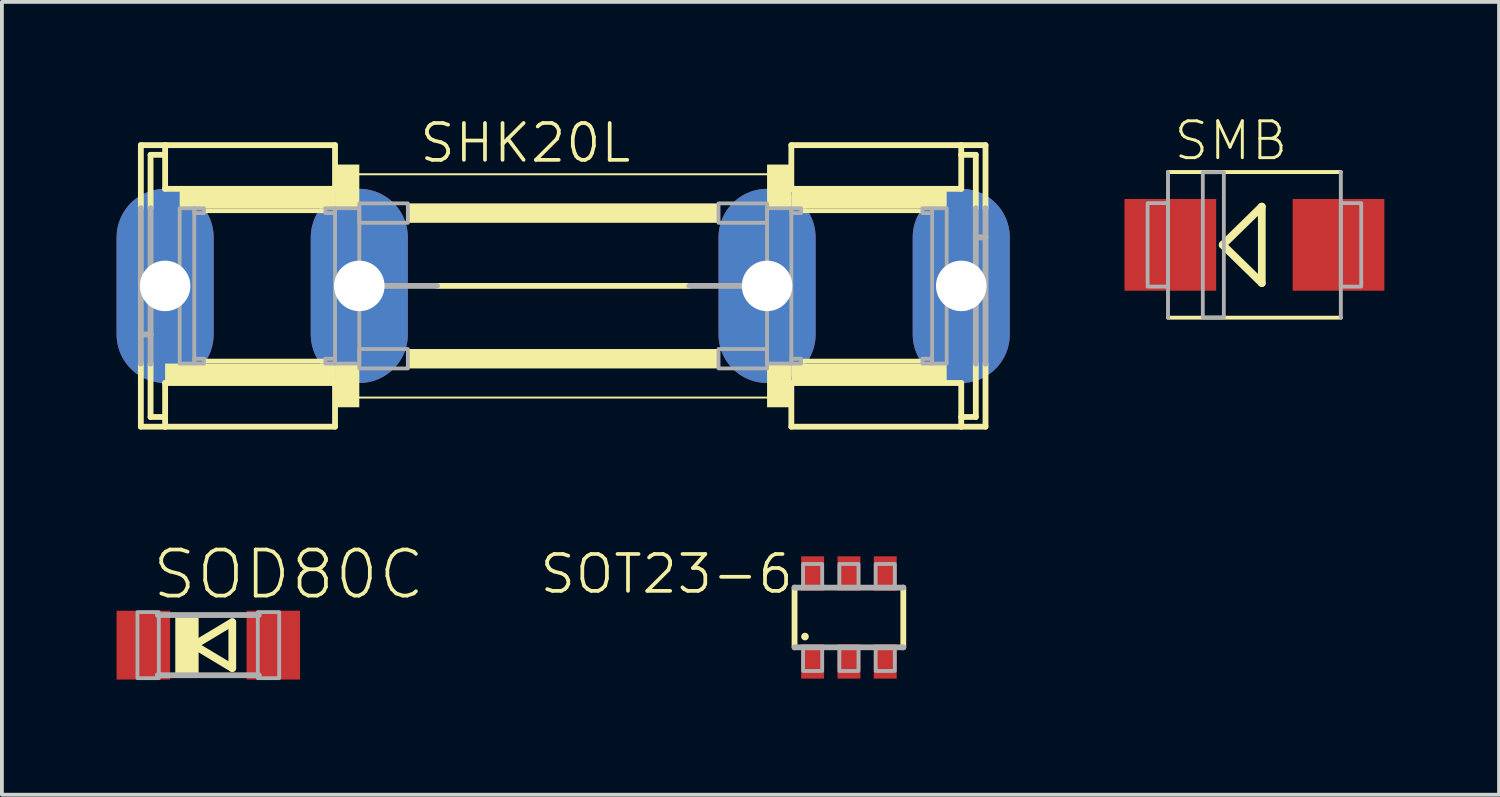
<source format=kicad_pcb>
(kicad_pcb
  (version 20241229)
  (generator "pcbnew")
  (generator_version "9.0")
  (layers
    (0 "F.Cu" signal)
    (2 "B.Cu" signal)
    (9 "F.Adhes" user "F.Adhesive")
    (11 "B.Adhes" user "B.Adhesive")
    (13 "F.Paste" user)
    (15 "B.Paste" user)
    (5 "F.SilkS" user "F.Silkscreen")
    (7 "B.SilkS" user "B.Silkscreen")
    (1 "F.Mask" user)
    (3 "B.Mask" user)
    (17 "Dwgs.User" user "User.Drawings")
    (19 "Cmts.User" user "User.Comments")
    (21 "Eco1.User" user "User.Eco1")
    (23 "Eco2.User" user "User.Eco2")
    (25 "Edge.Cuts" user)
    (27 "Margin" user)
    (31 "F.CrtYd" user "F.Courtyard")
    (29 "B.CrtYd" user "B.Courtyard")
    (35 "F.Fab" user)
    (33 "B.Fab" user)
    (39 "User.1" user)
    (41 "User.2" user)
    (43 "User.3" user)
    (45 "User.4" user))
  (footprint "SOD80C"
    (layer "F.Cu")
    (at 2.4 13.828)
    (property "Reference" "SOD80C" (at -1.524 -1.143 0) (layer "F.SilkS") (effects (font (size 1.206 1.206) (thickness 0.097)) (justify left bottom)))
    (attr through_hole)
    (fp_line (start -0.373 0) (end 0.627 0.6) (stroke (width 0.203) (type solid)) (layer "F.SilkS"))
    (fp_line (start 0.627 -0.6) (end -0.373 0) (stroke (width 0.203) (type solid)) (layer "F.SilkS"))
    (fp_line (start 0.627 0.6) (end 0.627 -0.6) (stroke (width 0.203) (type solid)) (layer "F.SilkS"))
    (fp_poly (pts (xy -0.864 0.787) (xy -0.254 0.787) (xy -0.254 -0.787) (xy -0.864 -0.787)) (stroke (width 0) (type solid)) (fill yes) (layer "F.SilkS"))
    (fp_line (start 1.321 -0.787) (end -1.321 -0.787) (stroke (width 0.152) (type solid)) (layer "F.Fab"))
    (fp_line (start 1.321 0.787) (end -1.321 0.787) (stroke (width 0.152) (type solid)) (layer "F.Fab"))
    (fp_poly (pts (xy -1.854 0.864) (xy -1.295 0.864) (xy -1.295 -0.864) (xy -1.854 -0.864)) (stroke (width 0.1) (type solid)) (fill no) (layer "F.Fab"))
    (fp_poly (pts (xy 1.295 0.864) (xy 1.854 0.864) (xy 1.854 -0.864) (xy 1.295 -0.864)) (stroke (width 0.1) (type solid)) (fill no) (layer "F.Fab"))
    (pad "A" smd rect (at 1.7 0) (size 1.4 1.8) (layers "F.Cu" "F.Mask" "F.Paste"))
    (pad "C" smd rect (at -1.7 0) (size 1.4 1.8) (layers "F.Cu" "F.Mask" "F.Paste")))
  (footprint "SOT23-6"
    (layer "F.Cu")
    (at 19.16 13.104)
    (property "Reference" "SOT23-6" (at -1.397 -1.702 180) (layer "F.SilkS") (effects (font (size 0.965 0.965) (thickness 0.097)) (justify right top)))
    (attr through_hole)
    (fp_line (start -1.423 0.781) (end -1.423 -0.781) (stroke (width 0.152) (type solid)) (layer "F.SilkS"))
    (fp_line (start 1.422 -0.781) (end 1.422 0.781) (stroke (width 0.152) (type solid)) (layer "F.SilkS"))
    (fp_circle (center -1.15 0.5) (end -1.05 0.5) (stroke (width 0) (type solid)) (fill yes) (layer "F.SilkS"))
    (fp_line (start -1.423 -0.781) (end 1.422 -0.781) (stroke (width 0.152) (type solid)) (layer "F.Fab"))
    (fp_line (start 1.422 0.781) (end -1.423 0.781) (stroke (width 0.152) (type solid)) (layer "F.Fab"))
    (fp_poly (pts (xy -1.2 -0.8) (xy -0.7 -0.8) (xy -0.7 -1.4) (xy -1.2 -1.4)) (stroke (width 0.1) (type solid)) (fill no) (layer "F.Fab"))
    (fp_poly (pts (xy -1.2 1.4) (xy -0.7 1.4) (xy -0.7 0.8) (xy -1.2 0.8)) (stroke (width 0.1) (type solid)) (fill no) (layer "F.Fab"))
    (fp_poly (pts (xy -0.25 -0.8) (xy 0.25 -0.8) (xy 0.25 -1.4) (xy -0.25 -1.4)) (stroke (width 0.1) (type solid)) (fill no) (layer "F.Fab"))
    (fp_poly (pts (xy -0.25 1.4) (xy 0.25 1.4) (xy 0.25 0.8) (xy -0.25 0.8)) (stroke (width 0.1) (type solid)) (fill no) (layer "F.Fab"))
    (fp_poly (pts (xy 0.7 -0.8) (xy 1.2 -0.8) (xy 1.2 -1.4) (xy 0.7 -1.4)) (stroke (width 0.1) (type solid)) (fill no) (layer "F.Fab"))
    (fp_poly (pts (xy 0.7 1.4) (xy 1.2 1.4) (xy 1.2 0.8) (xy 0.7 0.8)) (stroke (width 0.1) (type solid)) (fill no) (layer "F.Fab"))
    (pad "1" smd rect (at -0.95 1.15) (size 0.6 0.9) (layers "F.Cu" "F.Mask" "F.Paste"))
    (pad "2" smd rect (at 0 1.15) (size 0.6 0.9) (layers "F.Cu" "F.Mask" "F.Paste"))
    (pad "3" smd rect (at 0.95 1.15) (size 0.6 0.9) (layers "F.Cu" "F.Mask" "F.Paste"))
    (pad "4" smd rect (at 0.95 -1.15) (size 0.6 0.9) (layers "F.Cu" "F.Mask" "F.Paste"))
    (pad "5" smd rect (at 0 -1.15) (size 0.6 0.9) (layers "F.Cu" "F.Mask" "F.Paste"))
    (pad "6" smd rect (at -0.95 -1.15) (size 0.6 0.9) (layers "F.Cu" "F.Mask" "F.Paste")))
  (footprint "SHK20L"
    (layer "F.Cu")
    (at 11.684 4.43)
    (property "Reference" "SHK20L" (at -3.81 -3.175 0) (layer "F.SilkS") (effects (font (size 0.965 0.965) (thickness 0.097)) (justify left bottom)))
    (attr through_hole)
    (fp_line (start -11.049 -2.032) (end -11.049 -3.683) (stroke (width 0.152) (type solid)) (layer "F.SilkS"))
    (fp_line (start -11.049 3.683) (end -11.049 2.032) (stroke (width 0.152) (type solid)) (layer "F.SilkS"))
    (fp_line (start -10.795 -3.429) (end -10.795 -2.032) (stroke (width 0.152) (type solid)) (layer "F.SilkS"))
    (fp_line (start -10.795 -3.429) (end -10.414 -3.429) (stroke (width 0.152) (type solid)) (layer "F.SilkS"))
    (fp_line (start -10.795 2.032) (end -10.795 3.429) (stroke (width 0.152) (type solid)) (layer "F.SilkS"))
    (fp_line (start -10.795 3.429) (end -10.414 3.429) (stroke (width 0.152) (type solid)) (layer "F.SilkS"))
    (fp_line (start -10.414 -3.683) (end -11.049 -3.683) (stroke (width 0.152) (type solid)) (layer "F.SilkS"))
    (fp_line (start -10.414 -3.683) (end -10.414 -3.429) (stroke (width 0.152) (type solid)) (layer "F.SilkS"))
    (fp_line (start -10.414 -3.683) (end -5.969 -3.683) (stroke (width 0.152) (type solid)) (layer "F.SilkS"))
    (fp_line (start -10.414 -3.429) (end -10.414 -2.54) (stroke (width 0.152) (type solid)) (layer "F.SilkS"))
    (fp_line (start -10.414 -2.54) (end -5.969 -2.54) (stroke (width 0.152) (type solid)) (layer "F.SilkS"))
    (fp_line (start -10.414 2.54) (end -5.969 2.54) (stroke (width 0.152) (type solid)) (layer "F.SilkS"))
    (fp_line (start -10.414 3.429) (end -10.414 2.54) (stroke (width 0.152) (type solid)) (layer "F.SilkS"))
    (fp_line (start -10.414 3.683) (end -11.049 3.683) (stroke (width 0.152) (type solid)) (layer "F.SilkS"))
    (fp_line (start -10.414 3.683) (end -10.414 3.429) (stroke (width 0.152) (type solid)) (layer "F.SilkS"))
    (fp_line (start -5.969 -2.54) (end -5.969 -3.683) (stroke (width 0.152) (type solid)) (layer "F.SilkS"))
    (fp_line (start -5.969 3.683) (end -10.414 3.683) (stroke (width 0.152) (type solid)) (layer "F.SilkS"))
    (fp_line (start -5.969 3.683) (end -5.969 2.54) (stroke (width 0.152) (type solid)) (layer "F.SilkS"))
    (fp_line (start -5.334 -2.921) (end 5.334 -2.921) (stroke (width 0.051) (type solid)) (layer "F.SilkS"))
    (fp_line (start -3.302 0) (end 3.302 0) (stroke (width 0.152) (type solid)) (layer "F.SilkS"))
    (fp_line (start 5.334 2.921) (end -5.334 2.921) (stroke (width 0.051) (type solid)) (layer "F.SilkS"))
    (fp_line (start 5.969 -3.683) (end 5.969 -2.54) (stroke (width 0.152) (type solid)) (layer "F.SilkS"))
    (fp_line (start 5.969 -3.683) (end 10.414 -3.683) (stroke (width 0.152) (type solid)) (layer "F.SilkS"))
    (fp_line (start 5.969 2.54) (end 5.969 3.683) (stroke (width 0.152) (type solid)) (layer "F.SilkS"))
    (fp_line (start 10.414 -3.683) (end 10.414 -3.429) (stroke (width 0.152) (type solid)) (layer "F.SilkS"))
    (fp_line (start 10.414 -3.683) (end 11.049 -3.683) (stroke (width 0.152) (type solid)) (layer "F.SilkS"))
    (fp_line (start 10.414 -3.429) (end 10.414 -2.54) (stroke (width 0.152) (type solid)) (layer "F.SilkS"))
    (fp_line (start 10.414 -2.54) (end 5.969 -2.54) (stroke (width 0.152) (type solid)) (layer "F.SilkS"))
    (fp_line (start 10.414 2.54) (end 5.969 2.54) (stroke (width 0.152) (type solid)) (layer "F.SilkS"))
    (fp_line (start 10.414 3.429) (end 10.414 2.54) (stroke (width 0.152) (type solid)) (layer "F.SilkS"))
    (fp_line (start 10.414 3.683) (end 5.969 3.683) (stroke (width 0.152) (type solid)) (layer "F.SilkS"))
    (fp_line (start 10.414 3.683) (end 10.414 3.429) (stroke (width 0.152) (type solid)) (layer "F.SilkS"))
    (fp_line (start 10.414 3.683) (end 11.049 3.683) (stroke (width 0.152) (type solid)) (layer "F.SilkS"))
    (fp_line (start 10.795 -3.429) (end 10.414 -3.429) (stroke (width 0.152) (type solid)) (layer "F.SilkS"))
    (fp_line (start 10.795 -2.032) (end 10.795 -3.429) (stroke (width 0.152) (type solid)) (layer "F.SilkS"))
    (fp_line (start 10.795 3.429) (end 10.414 3.429) (stroke (width 0.152) (type solid)) (layer "F.SilkS"))
    (fp_line (start 10.795 3.429) (end 10.795 2.032) (stroke (width 0.152) (type solid)) (layer "F.SilkS"))
    (fp_line (start 11.049 -3.683) (end 11.049 -2.032) (stroke (width 0.152) (type solid)) (layer "F.SilkS"))
    (fp_line (start 11.049 2.032) (end 11.049 3.683) (stroke (width 0.152) (type solid)) (layer "F.SilkS"))
    (fp_poly (pts (xy -10.414 2.54) (xy -5.969 2.54) (xy -5.969 2.032) (xy -10.414 2.032)) (stroke (width 0) (type solid)) (fill yes) (layer "F.SilkS"))
    (fp_poly (pts (xy -10.033 -2.032) (xy -5.969 -2.032) (xy -5.969 -2.54) (xy -10.033 -2.54)) (stroke (width 0) (type solid)) (fill yes) (layer "F.SilkS"))
    (fp_poly (pts (xy -9.398 -1.905) (xy -6.223 -1.905) (xy -6.223 -2.032) (xy -9.398 -2.032)) (stroke (width 0) (type solid)) (fill yes) (layer "F.SilkS"))
    (fp_poly (pts (xy -9.398 2.032) (xy -6.223 2.032) (xy -6.223 1.905) (xy -9.398 1.905)) (stroke (width 0) (type solid)) (fill yes) (layer "F.SilkS"))
    (fp_poly (pts (xy -5.969 -2.032) (xy -5.334 -2.032) (xy -5.334 -3.175) (xy -5.969 -3.175)) (stroke (width 0) (type solid)) (fill yes) (layer "F.SilkS"))
    (fp_poly (pts (xy -5.969 3.175) (xy -5.334 3.175) (xy -5.334 2.032) (xy -5.969 2.032)) (stroke (width 0) (type solid)) (fill yes) (layer "F.SilkS"))
    (fp_poly (pts (xy -4.064 -1.651) (xy 4.064 -1.651) (xy 4.064 -2.159) (xy -4.064 -2.159)) (stroke (width 0) (type solid)) (fill yes) (layer "F.SilkS"))
    (fp_poly (pts (xy -4.064 2.159) (xy 4.064 2.159) (xy 4.064 1.651) (xy -4.064 1.651)) (stroke (width 0) (type solid)) (fill yes) (layer "F.SilkS"))
    (fp_poly (pts (xy 5.334 -2.032) (xy 5.969 -2.032) (xy 5.969 -3.175) (xy 5.334 -3.175)) (stroke (width 0) (type solid)) (fill yes) (layer "F.SilkS"))
    (fp_poly (pts (xy 5.334 3.175) (xy 5.969 3.175) (xy 5.969 2.032) (xy 5.334 2.032)) (stroke (width 0) (type solid)) (fill yes) (layer "F.SilkS"))
    (fp_poly (pts (xy 5.969 -2.032) (xy 10.033 -2.032) (xy 10.033 -2.54) (xy 5.969 -2.54)) (stroke (width 0) (type solid)) (fill yes) (layer "F.SilkS"))
    (fp_poly (pts (xy 5.969 2.54) (xy 10.033 2.54) (xy 10.033 2.032) (xy 5.969 2.032)) (stroke (width 0) (type solid)) (fill yes) (layer "F.SilkS"))
    (fp_poly (pts (xy 6.223 -1.905) (xy 9.398 -1.905) (xy 9.398 -2.032) (xy 6.223 -2.032)) (stroke (width 0) (type solid)) (fill yes) (layer "F.SilkS"))
    (fp_poly (pts (xy 6.223 2.032) (xy 9.398 2.032) (xy 9.398 1.905) (xy 6.223 1.905)) (stroke (width 0) (type solid)) (fill yes) (layer "F.SilkS"))
    (fp_line (start -11.049 -2.032) (end -11.049 1.27) (stroke (width 0.152) (type solid)) (layer "F.Fab"))
    (fp_line (start -11.049 1.27) (end -10.795 1.27) (stroke (width 0.152) (type solid)) (layer "F.Fab"))
    (fp_line (start -11.049 2.032) (end -11.049 1.27) (stroke (width 0.152) (type solid)) (layer "F.Fab"))
    (fp_line (start -10.795 -2.032) (end -10.795 1.27) (stroke (width 0.152) (type solid)) (layer "F.Fab"))
    (fp_line (start -10.795 1.27) (end -10.795 2.032) (stroke (width 0.152) (type solid)) (layer "F.Fab"))
    (fp_line (start -3.302 0) (end -5.334 0) (stroke (width 0.152) (type solid)) (layer "F.Fab"))
    (fp_line (start 3.302 0) (end 5.334 0) (stroke (width 0.152) (type solid)) (layer "F.Fab"))
    (fp_line (start 10.795 -1.27) (end 10.795 -2.032) (stroke (width 0.152) (type solid)) (layer "F.Fab"))
    (fp_line (start 10.795 -1.27) (end 10.795 2.032) (stroke (width 0.152) (type solid)) (layer "F.Fab"))
    (fp_line (start 11.049 -2.032) (end 11.049 -1.27) (stroke (width 0.152) (type solid)) (layer "F.Fab"))
    (fp_line (start 11.049 -1.27) (end 10.795 -1.27) (stroke (width 0.152) (type solid)) (layer "F.Fab"))
    (fp_line (start 11.049 -1.27) (end 11.049 2.032) (stroke (width 0.152) (type solid)) (layer "F.Fab"))
    (fp_poly (pts (xy -10.033 2.032) (xy -9.652 2.032) (xy -9.652 -2.032) (xy -10.033 -2.032)) (stroke (width 0.1) (type solid)) (fill no) (layer "F.Fab"))
    (fp_poly (pts (xy -9.652 -1.905) (xy -9.398 -1.905) (xy -9.398 -2.032) (xy -9.652 -2.032)) (stroke (width 0.1) (type solid)) (fill no) (layer "F.Fab"))
    (fp_poly (pts (xy -9.652 2.032) (xy -9.398 2.032) (xy -9.398 1.905) (xy -9.652 1.905)) (stroke (width 0.1) (type solid)) (fill no) (layer "F.Fab"))
    (fp_poly (pts (xy -6.223 -1.905) (xy -5.969 -1.905) (xy -5.969 -2.032) (xy -6.223 -2.032)) (stroke (width 0.1) (type solid)) (fill no) (layer "F.Fab"))
    (fp_poly (pts (xy -6.223 2.032) (xy -5.969 2.032) (xy -5.969 1.905) (xy -6.223 1.905)) (stroke (width 0.1) (type solid)) (fill no) (layer "F.Fab"))
    (fp_poly (pts (xy -5.969 2.032) (xy -5.334 2.032) (xy -5.334 -2.032) (xy -5.969 -2.032)) (stroke (width 0.1) (type solid)) (fill no) (layer "F.Fab"))
    (fp_poly (pts (xy -5.334 -1.651) (xy -4.064 -1.651) (xy -4.064 -2.159) (xy -5.334 -2.159)) (stroke (width 0.1) (type solid)) (fill no) (layer "F.Fab"))
    (fp_poly (pts (xy -5.334 2.159) (xy -4.064 2.159) (xy -4.064 1.651) (xy -5.334 1.651)) (stroke (width 0.1) (type solid)) (fill no) (layer "F.Fab"))
    (fp_poly (pts (xy 4.064 -1.651) (xy 5.334 -1.651) (xy 5.334 -2.159) (xy 4.064 -2.159)) (stroke (width 0.1) (type solid)) (fill no) (layer "F.Fab"))
    (fp_poly (pts (xy 4.064 2.159) (xy 5.334 2.159) (xy 5.334 1.651) (xy 4.064 1.651)) (stroke (width 0.1) (type solid)) (fill no) (layer "F.Fab"))
    (fp_poly (pts (xy 5.334 2.032) (xy 5.969 2.032) (xy 5.969 -2.032) (xy 5.334 -2.032)) (stroke (width 0.1) (type solid)) (fill no) (layer "F.Fab"))
    (fp_poly (pts (xy 5.969 -1.905) (xy 6.223 -1.905) (xy 6.223 -2.032) (xy 5.969 -2.032)) (stroke (width 0.1) (type solid)) (fill no) (layer "F.Fab"))
    (fp_poly (pts (xy 5.969 2.032) (xy 6.223 2.032) (xy 6.223 1.905) (xy 5.969 1.905)) (stroke (width 0.1) (type solid)) (fill no) (layer "F.Fab"))
    (fp_poly (pts (xy 9.398 -1.905) (xy 9.652 -1.905) (xy 9.652 -2.032) (xy 9.398 -2.032)) (stroke (width 0.1) (type solid)) (fill no) (layer "F.Fab"))
    (fp_poly (pts (xy 9.398 2.032) (xy 9.652 2.032) (xy 9.652 1.905) (xy 9.398 1.905)) (stroke (width 0.1) (type solid)) (fill no) (layer "F.Fab"))
    (fp_poly (pts (xy 9.652 2.032) (xy 10.033 2.032) (xy 10.033 -2.032) (xy 9.652 -2.032)) (stroke (width 0.1) (type solid)) (fill no) (layer "F.Fab"))
    (pad "1A" thru_hole oval (at -10.414 0 90) (size 5.08 2.54) (drill 1.321) (layers "*.Cu" "*.Mask"))
    (pad "1B" thru_hole oval (at -5.334 0 90) (size 5.08 2.54) (drill 1.321) (layers "*.Cu" "*.Mask"))
    (pad "2A" thru_hole oval (at 10.414 0 90) (size 5.08 2.54) (drill 1.321) (layers "*.Cu" "*.Mask"))
    (pad "2B" thru_hole oval (at 5.334 0 90) (size 5.08 2.54) (drill 1.321) (layers "*.Cu" "*.Mask")))
  (footprint "SMB"
    (layer "F.Cu")
    (at 29.768 3.356)
    (property "Reference" "SMB" (at -2.159 -2.159 180) (layer "F.SilkS") (effects (font (size 0.965 0.965) (thickness 0.077)) (justify left bottom)))
    (attr through_hole)
    (fp_line (start -2.261 -1.905) (end 2.261 -1.905) (stroke (width 0.102) (type solid)) (layer "F.SilkS"))
    (fp_line (start -2.261 1.905) (end 2.261 1.905) (stroke (width 0.102) (type solid)) (layer "F.SilkS"))
    (fp_line (start -0.83 0) (end 0.193 1) (stroke (width 0.203) (type solid)) (layer "F.SilkS"))
    (fp_line (start 0.193 -1) (end -0.83 0) (stroke (width 0.203) (type solid)) (layer "F.SilkS"))
    (fp_line (start 0.193 1) (end 0.193 -1) (stroke (width 0.203) (type solid)) (layer "F.SilkS"))
    (fp_line (start -2.261 1.905) (end -2.261 -1.905) (stroke (width 0.102) (type solid)) (layer "F.Fab"))
    (fp_line (start 2.261 1.905) (end 2.261 -1.905) (stroke (width 0.102) (type solid)) (layer "F.Fab"))
    (fp_poly (pts (xy -2.794 1.092) (xy -2.261 1.092) (xy -2.261 -1.092) (xy -2.794 -1.092)) (stroke (width 0.1) (type solid)) (fill no) (layer "F.Fab"))
    (fp_poly (pts (xy -1.35 1.9) (xy -0.8 1.9) (xy -0.8 -1.9) (xy -1.35 -1.9)) (stroke (width 0.1) (type solid)) (fill no) (layer "F.Fab"))
    (fp_poly (pts (xy 2.261 1.092) (xy 2.794 1.092) (xy 2.794 -1.092) (xy 2.261 -1.092)) (stroke (width 0.1) (type solid)) (fill no) (layer "F.Fab"))
    (pad "A" smd rect (at 2.2 0) (size 2.4 2.4) (layers "F.Cu" "F.Mask" "F.Paste"))
    (pad "C" smd rect (at -2.2 0) (size 2.4 2.4) (layers "F.Cu" "F.Mask" "F.Paste")))
  (gr_rect
    (start -3 -3)
    (end 36.168 17.742)
    (stroke (width 0.1) (type default))
    (fill no)
    (layer "Edge.Cuts")))
</source>
